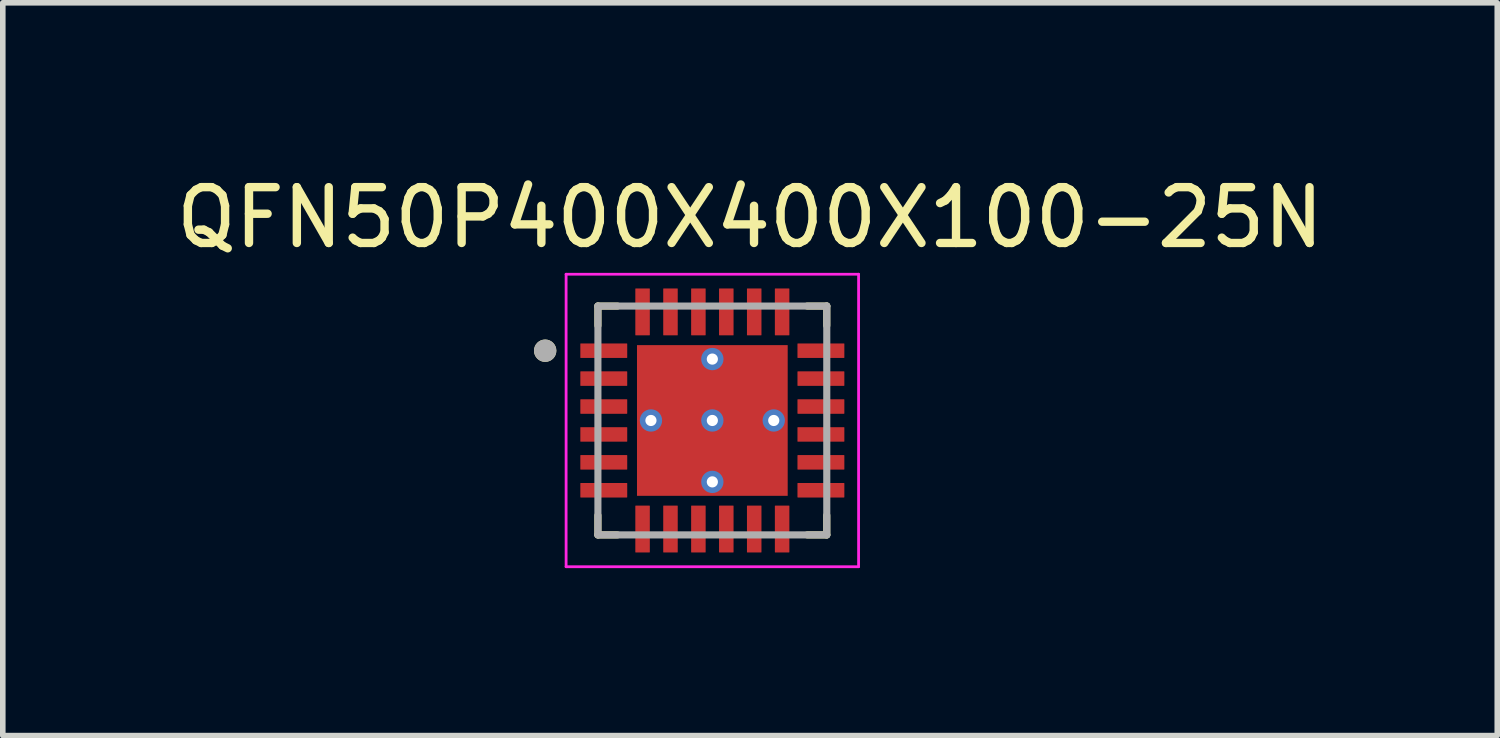
<source format=kicad_pcb>
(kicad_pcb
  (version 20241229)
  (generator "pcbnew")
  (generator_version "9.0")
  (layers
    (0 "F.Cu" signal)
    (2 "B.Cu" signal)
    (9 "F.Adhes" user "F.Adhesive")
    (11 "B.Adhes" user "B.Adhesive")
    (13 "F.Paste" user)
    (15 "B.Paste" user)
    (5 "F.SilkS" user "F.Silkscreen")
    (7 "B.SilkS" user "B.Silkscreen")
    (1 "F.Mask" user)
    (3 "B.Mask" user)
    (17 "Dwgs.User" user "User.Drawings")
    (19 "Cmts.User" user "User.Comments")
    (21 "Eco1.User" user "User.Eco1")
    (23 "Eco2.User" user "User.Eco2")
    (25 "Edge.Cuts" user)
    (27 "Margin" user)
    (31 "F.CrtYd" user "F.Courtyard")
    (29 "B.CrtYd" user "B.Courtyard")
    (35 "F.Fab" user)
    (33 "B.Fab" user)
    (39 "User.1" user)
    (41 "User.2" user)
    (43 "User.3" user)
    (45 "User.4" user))
  (footprint "QFN50P400X400X100-25N"
    (layer "F.Cu")
    (at 9.712 4.483)
    (property "Reference" "QFN50P400X400X100-25N" (at 0.675 -3.635 0) (layer "F.SilkS") (effects (font (size 1 1) (thickness 0.15))))
    (attr smd)
    (fp_line (start -2.05 -2.05) (end -2.05 -1.7) (stroke (width 0.127) (type solid)) (layer "F.SilkS"))
    (fp_line (start -2.05 -2.05) (end -1.7 -2.05) (stroke (width 0.127) (type solid)) (layer "F.SilkS"))
    (fp_line (start -2.05 2.05) (end -2.05 1.7) (stroke (width 0.127) (type solid)) (layer "F.SilkS"))
    (fp_line (start -2.05 2.05) (end -1.7 2.05) (stroke (width 0.127) (type solid)) (layer "F.SilkS"))
    (fp_line (start 2.05 -2.05) (end 1.7 -2.05) (stroke (width 0.127) (type solid)) (layer "F.SilkS"))
    (fp_line (start 2.05 -2.05) (end 2.05 -1.7) (stroke (width 0.127) (type solid)) (layer "F.SilkS"))
    (fp_line (start 2.05 2.05) (end 1.7 2.05) (stroke (width 0.127) (type solid)) (layer "F.SilkS"))
    (fp_line (start 2.05 2.05) (end 2.05 1.7) (stroke (width 0.127) (type solid)) (layer "F.SilkS"))
    (fp_circle (center -2.995 -1.25) (end -2.895 -1.25) (stroke (width 0.2) (type solid)) (fill no) (layer "F.SilkS"))
    (fp_poly (pts (xy -1.288 -1.288) (xy -0.1 -1.288) (xy -0.1 -0.1) (xy -1.288 -0.1)) (stroke (width 0.01) (type solid)) (fill yes) (layer "F.Paste"))
    (fp_poly (pts (xy -1.288 0.1) (xy -0.1 0.1) (xy -0.1 1.288) (xy -1.288 1.288)) (stroke (width 0.01) (type solid)) (fill yes) (layer "F.Paste"))
    (fp_poly (pts (xy 0.1 -1.288) (xy 1.288 -1.288) (xy 1.288 -0.1) (xy 0.1 -0.1)) (stroke (width 0.01) (type solid)) (fill yes) (layer "F.Paste"))
    (fp_poly (pts (xy 0.1 0.1) (xy 1.288 0.1) (xy 1.288 1.288) (xy 0.1 1.288)) (stroke (width 0.01) (type solid)) (fill yes) (layer "F.Paste"))
    (fp_line (start -2.62 -2.62) (end 2.62 -2.62) (stroke (width 0.05) (type solid)) (layer "F.CrtYd"))
    (fp_line (start -2.62 2.62) (end -2.62 -2.62) (stroke (width 0.05) (type solid)) (layer "F.CrtYd"))
    (fp_line (start -2.62 2.62) (end 2.62 2.62) (stroke (width 0.05) (type solid)) (layer "F.CrtYd"))
    (fp_line (start 2.62 2.62) (end 2.62 -2.62) (stroke (width 0.05) (type solid)) (layer "F.CrtYd"))
    (fp_line (start -2.05 2.05) (end -2.05 -2.05) (stroke (width 0.127) (type solid)) (layer "F.Fab"))
    (fp_line (start 2.05 -2.05) (end -2.05 -2.05) (stroke (width 0.127) (type solid)) (layer "F.Fab"))
    (fp_line (start 2.05 2.05) (end -2.05 2.05) (stroke (width 0.127) (type solid)) (layer "F.Fab"))
    (fp_line (start 2.05 2.05) (end 2.05 -2.05) (stroke (width 0.127) (type solid)) (layer "F.Fab"))
    (fp_circle (center -2.995 -1.25) (end -2.895 -1.25) (stroke (width 0.2) (type solid)) (fill no) (layer "F.Fab"))
    (pad "1" smd roundrect (at -1.945 -1.25) (size 0.84 0.26) (layers "F.Cu" "F.Mask" "F.Paste") (roundrect_rratio 0.03))
    (pad "2" smd roundrect (at -1.945 -0.75) (size 0.84 0.26) (layers "F.Cu" "F.Mask" "F.Paste") (roundrect_rratio 0.03))
    (pad "3" smd roundrect (at -1.945 -0.25) (size 0.84 0.26) (layers "F.Cu" "F.Mask" "F.Paste") (roundrect_rratio 0.03))
    (pad "4" smd roundrect (at -1.945 0.25) (size 0.84 0.26) (layers "F.Cu" "F.Mask" "F.Paste") (roundrect_rratio 0.03))
    (pad "5" smd roundrect (at -1.945 0.75) (size 0.84 0.26) (layers "F.Cu" "F.Mask" "F.Paste") (roundrect_rratio 0.03))
    (pad "6" smd roundrect (at -1.945 1.25) (size 0.84 0.26) (layers "F.Cu" "F.Mask" "F.Paste") (roundrect_rratio 0.03))
    (pad "7" smd roundrect (at -1.25 1.945 90) (size 0.84 0.26) (layers "F.Cu" "F.Mask" "F.Paste") (roundrect_rratio 0.03))
    (pad "8" smd roundrect (at -0.75 1.945 90) (size 0.84 0.26) (layers "F.Cu" "F.Mask" "F.Paste") (roundrect_rratio 0.03))
    (pad "9" smd roundrect (at -0.25 1.945 90) (size 0.84 0.26) (layers "F.Cu" "F.Mask" "F.Paste") (roundrect_rratio 0.03))
    (pad "10" smd roundrect (at 0.25 1.945 90) (size 0.84 0.26) (layers "F.Cu" "F.Mask" "F.Paste") (roundrect_rratio 0.03))
    (pad "11" smd roundrect (at 0.75 1.945 90) (size 0.84 0.26) (layers "F.Cu" "F.Mask" "F.Paste") (roundrect_rratio 0.03))
    (pad "12" smd roundrect (at 1.25 1.945 90) (size 0.84 0.26) (layers "F.Cu" "F.Mask" "F.Paste") (roundrect_rratio 0.03))
    (pad "13" smd roundrect (at 1.945 1.25) (size 0.84 0.26) (layers "F.Cu" "F.Mask" "F.Paste") (roundrect_rratio 0.03))
    (pad "14" smd roundrect (at 1.945 0.75) (size 0.84 0.26) (layers "F.Cu" "F.Mask" "F.Paste") (roundrect_rratio 0.03))
    (pad "15" smd roundrect (at 1.945 0.25) (size 0.84 0.26) (layers "F.Cu" "F.Mask" "F.Paste") (roundrect_rratio 0.03))
    (pad "16" smd roundrect (at 1.945 -0.25) (size 0.84 0.26) (layers "F.Cu" "F.Mask" "F.Paste") (roundrect_rratio 0.03))
    (pad "17" smd roundrect (at 1.945 -0.75) (size 0.84 0.26) (layers "F.Cu" "F.Mask" "F.Paste") (roundrect_rratio 0.03))
    (pad "18" smd roundrect (at 1.945 -1.25) (size 0.84 0.26) (layers "F.Cu" "F.Mask" "F.Paste") (roundrect_rratio 0.03))
    (pad "19" smd roundrect (at 1.25 -1.945 90) (size 0.84 0.26) (layers "F.Cu" "F.Mask" "F.Paste") (roundrect_rratio 0.03))
    (pad "20" smd roundrect (at 0.75 -1.945 90) (size 0.84 0.26) (layers "F.Cu" "F.Mask" "F.Paste") (roundrect_rratio 0.03))
    (pad "21" smd roundrect (at 0.25 -1.945 90) (size 0.84 0.26) (layers "F.Cu" "F.Mask" "F.Paste") (roundrect_rratio 0.03))
    (pad "22" smd roundrect (at -0.25 -1.945 90) (size 0.84 0.26) (layers "F.Cu" "F.Mask" "F.Paste") (roundrect_rratio 0.03))
    (pad "23" smd roundrect (at -0.75 -1.945 90) (size 0.84 0.26) (layers "F.Cu" "F.Mask" "F.Paste") (roundrect_rratio 0.03))
    (pad "24" smd roundrect (at -1.25 -1.945 90) (size 0.84 0.26) (layers "F.Cu" "F.Mask" "F.Paste") (roundrect_rratio 0.03))
    (pad "25" smd rect (at 0 0) (size 2.7 2.7) (layers "F.Cu" "F.Mask"))
    (pad "25_1" thru_hole circle (at 0 0) (size 0.4 0.4) (drill 0.2) (layers "*.Cu"))
    (pad "25_2" thru_hole circle (at 0 -1.1) (size 0.4 0.4) (drill 0.2) (layers "*.Cu"))
    (pad "25_3" thru_hole circle (at -1.1 0) (size 0.4 0.4) (drill 0.2) (layers "*.Cu"))
    (pad "25_4" thru_hole circle (at 1.1 0) (size 0.4 0.4) (drill 0.2) (layers "*.Cu"))
    (pad "25_5" thru_hole circle (at 0 1.1) (size 0.4 0.4) (drill 0.2) (layers "*.Cu")))
  (gr_rect
    (start -3 -3)
    (end 23.774 10.128)
    (stroke (width 0.1) (type default))
    (fill no)
    (layer "Edge.Cuts")))
</source>
